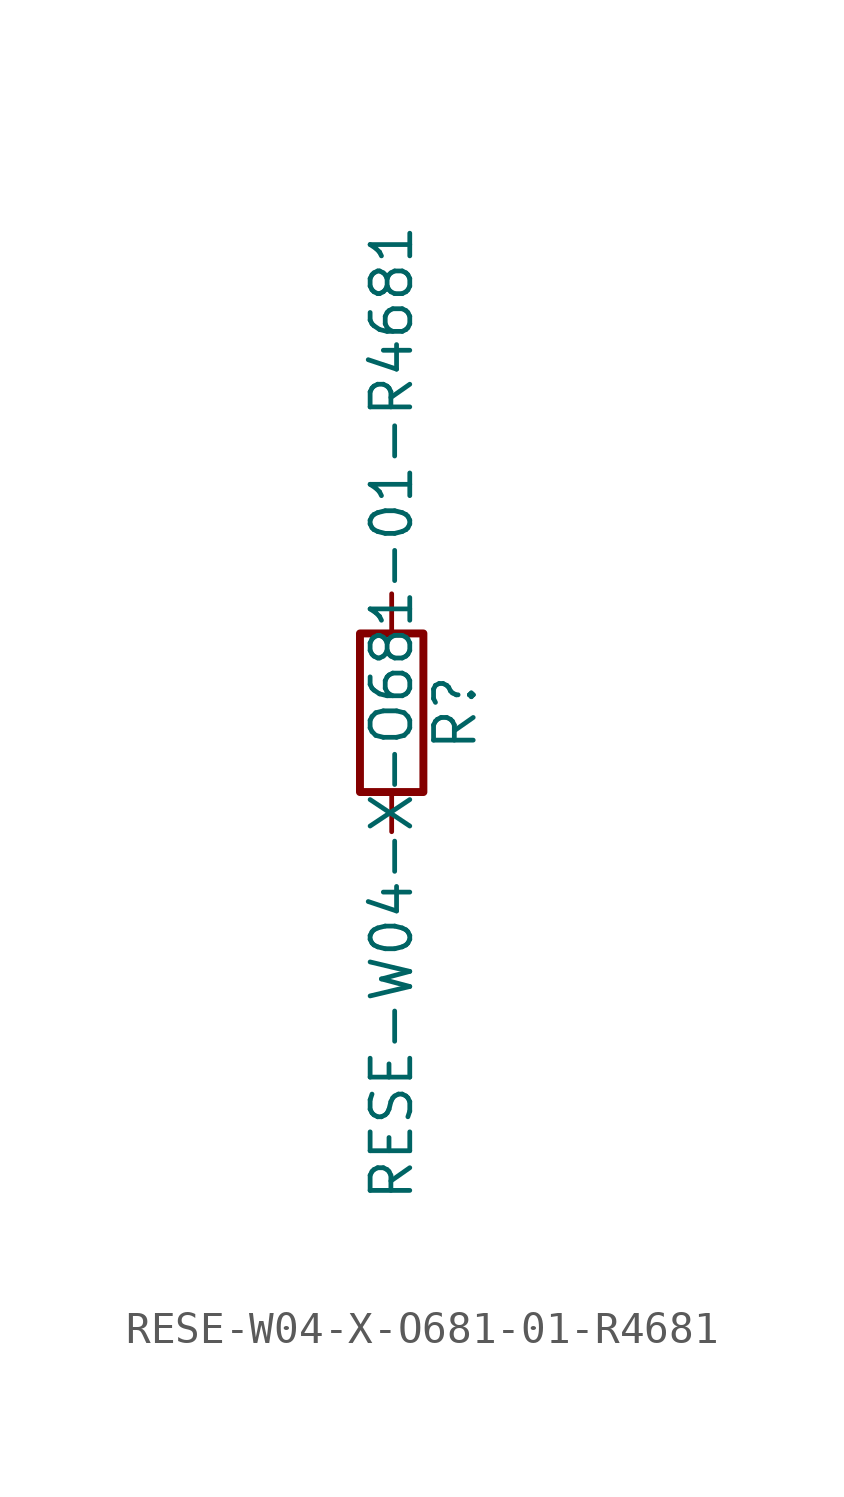
<source format=kicad_sym>
(kicad_symbol_lib
  (version 20211014)
  (generator kicad_symbol_editor)
  (symbol "RESE-W04-X-O681-01-R4681"
    (pin_numbers hide)
    (pin_names
      (offset 0))
    (property "Reference" "R"
      (at 2.032 0 90)
      (effects (font (size 1.27 1.27))))
    (property "Value" "RESE-W04-X-O681-01-R4681"
      (at 0 0 90)
      (effects (font (size 1.27 1.27))))
    (symbol "RESE-W04-X-O681-01-R4681_0_1"
      (rectangle (start -1.016 -2.54) (end 1.016 2.54) (stroke (width 0.254) (type default) (color 0 0 0 0)) (fill (type none))))
    (symbol "RESE-W04-X-O681-01-R4681_1_1"
      (pin passive line (at 0 3.81 270) (length 1.27) (name "~" (effects (font (size 1.27 1.27)))) (number "1" (effects (font (size 1.27 1.27)))))
      (pin passive line (at 0 -3.81 90) (length 1.27) (name "~" (effects (font (size 1.27 1.27)))) (number "2" (effects (font (size 1.27 1.27))))))))
</source>
